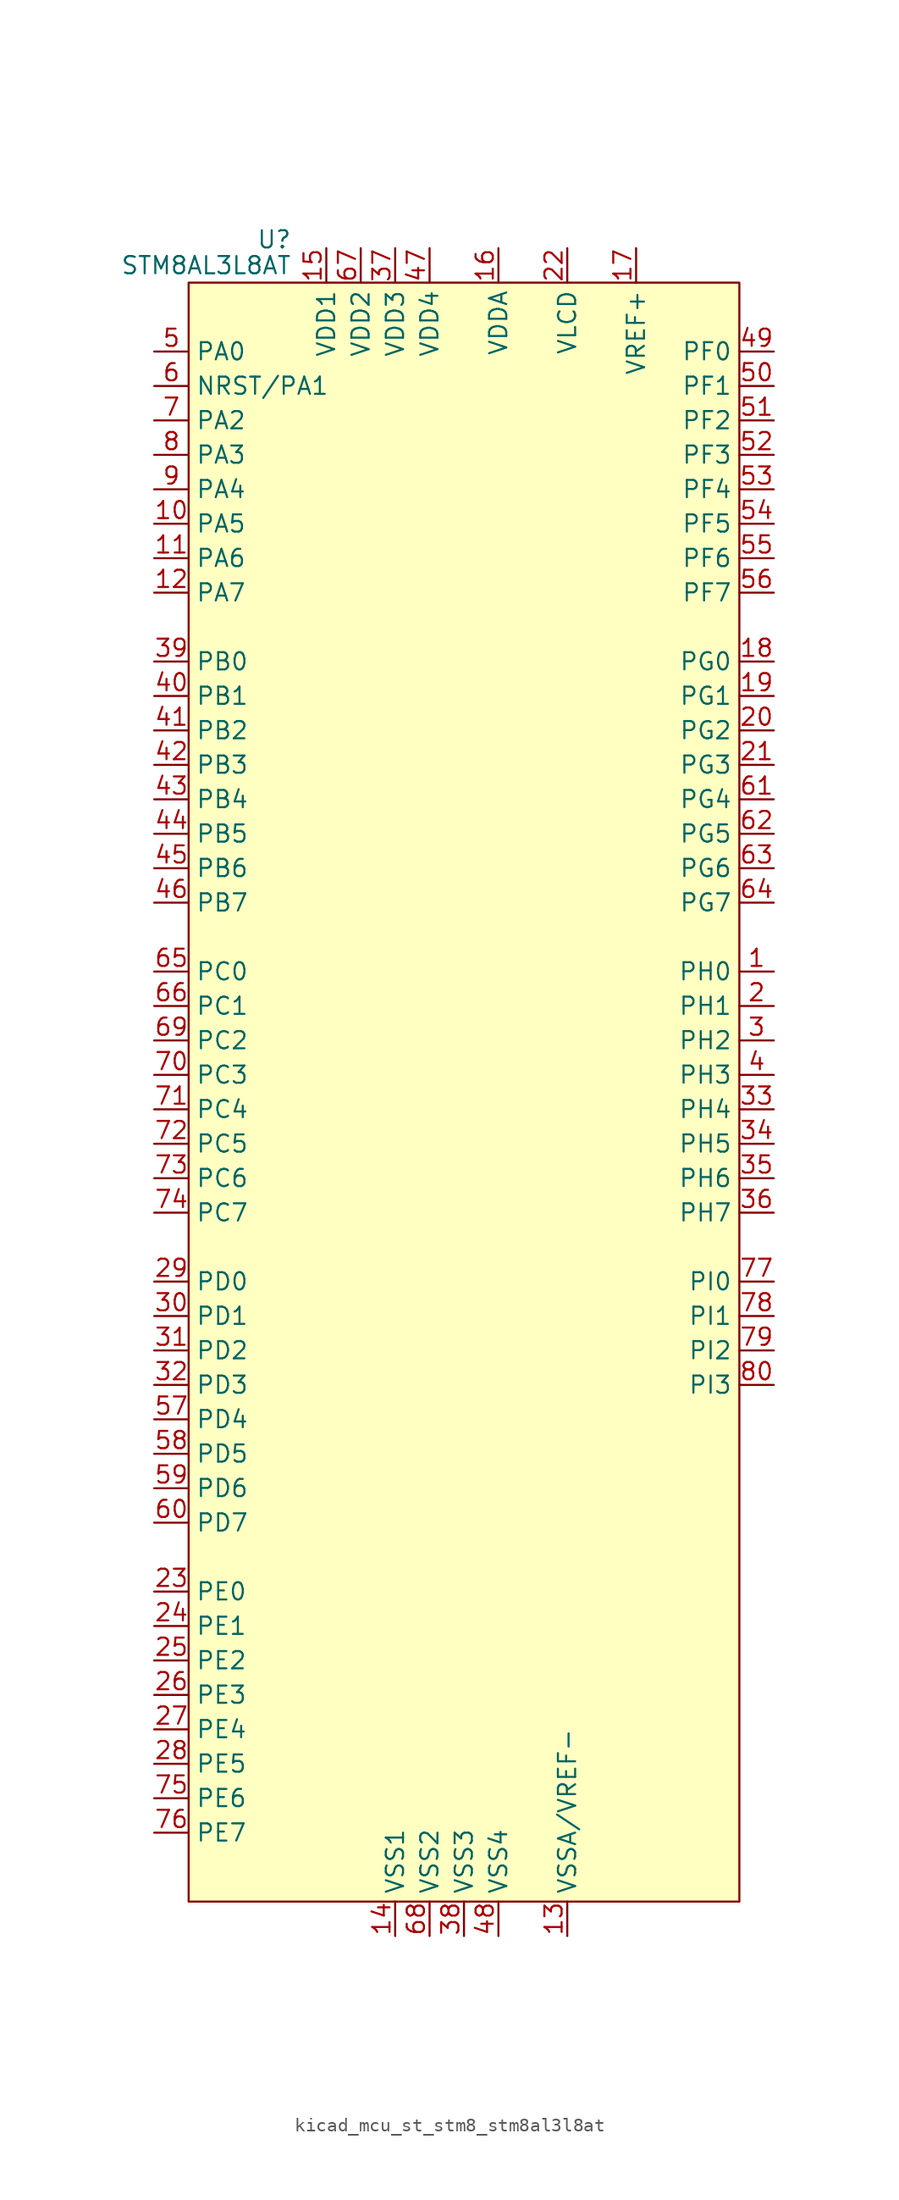
<source format=kicad_sym>
(kicad_symbol_lib
  (version 20220914)
  (generator kicad_symbol_editor)
  (symbol "kicad_mcu_st_stm8_stm8al3l8at"
    (property "Reference" "U"
      (at -12.7 61.595 0)
      (effects (font (size 1.27 1.27)) (justify right)))
    (property "Value" "STM8AL3L8AT"
      (at -12.7 59.69 0)
      (effects (font (size 1.27 1.27)) (justify right)))
    (symbol "kicad_mcu_st_stm8_stm8al3l8at_0_0"
      (pin bidirectional line (at 22.86 7.62 180) (length 2.54) (name "PH0" (effects (font (size 1.27 1.27)))) (number "1" (effects (font (size 1.27 1.27)))))
      (pin bidirectional line (at -22.86 40.64 0) (length 2.54) (name "PA5" (effects (font (size 1.27 1.27)))) (number "10" (effects (font (size 1.27 1.27)))))
      (pin bidirectional line (at -22.86 38.1 0) (length 2.54) (name "PA6" (effects (font (size 1.27 1.27)))) (number "11" (effects (font (size 1.27 1.27)))))
      (pin bidirectional line (at -22.86 35.56 0) (length 2.54) (name "PA7" (effects (font (size 1.27 1.27)))) (number "12" (effects (font (size 1.27 1.27)))))
      (pin power_in line (at 7.62 -63.5 90) (length 2.54) (name "VSSA/VREF-" (effects (font (size 1.27 1.27)))) (number "13" (effects (font (size 1.27 1.27)))))
      (pin power_in line (at -5.08 -63.5 90) (length 2.54) (name "VSS1" (effects (font (size 1.27 1.27)))) (number "14" (effects (font (size 1.27 1.27)))))
      (pin power_in line (at -10.16 60.96 270) (length 2.54) (name "VDD1" (effects (font (size 1.27 1.27)))) (number "15" (effects (font (size 1.27 1.27)))))
      (pin power_in line (at 2.54 60.96 270) (length 2.54) (name "VDDA" (effects (font (size 1.27 1.27)))) (number "16" (effects (font (size 1.27 1.27)))))
      (pin power_in line (at 12.7 60.96 270) (length 2.54) (name "VREF+" (effects (font (size 1.27 1.27)))) (number "17" (effects (font (size 1.27 1.27)))))
      (pin bidirectional line (at 22.86 30.48 180) (length 2.54) (name "PG0" (effects (font (size 1.27 1.27)))) (number "18" (effects (font (size 1.27 1.27)))))
      (pin bidirectional line (at 22.86 27.94 180) (length 2.54) (name "PG1" (effects (font (size 1.27 1.27)))) (number "19" (effects (font (size 1.27 1.27)))))
      (pin bidirectional line (at 22.86 5.08 180) (length 2.54) (name "PH1" (effects (font (size 1.27 1.27)))) (number "2" (effects (font (size 1.27 1.27)))))
      (pin bidirectional line (at 22.86 25.4 180) (length 2.54) (name "PG2" (effects (font (size 1.27 1.27)))) (number "20" (effects (font (size 1.27 1.27)))))
      (pin bidirectional line (at 22.86 22.86 180) (length 2.54) (name "PG3" (effects (font (size 1.27 1.27)))) (number "21" (effects (font (size 1.27 1.27)))))
      (pin power_in line (at 7.62 60.96 270) (length 2.54) (name "VLCD" (effects (font (size 1.27 1.27)))) (number "22" (effects (font (size 1.27 1.27)))))
      (pin bidirectional line (at -22.86 -38.1 0) (length 2.54) (name "PE0" (effects (font (size 1.27 1.27)))) (number "23" (effects (font (size 1.27 1.27)))))
      (pin bidirectional line (at -22.86 -40.64 0) (length 2.54) (name "PE1" (effects (font (size 1.27 1.27)))) (number "24" (effects (font (size 1.27 1.27)))))
      (pin bidirectional line (at -22.86 -43.18 0) (length 2.54) (name "PE2" (effects (font (size 1.27 1.27)))) (number "25" (effects (font (size 1.27 1.27)))))
      (pin bidirectional line (at -22.86 -45.72 0) (length 2.54) (name "PE3" (effects (font (size 1.27 1.27)))) (number "26" (effects (font (size 1.27 1.27)))))
      (pin bidirectional line (at -22.86 -48.26 0) (length 2.54) (name "PE4" (effects (font (size 1.27 1.27)))) (number "27" (effects (font (size 1.27 1.27)))))
      (pin bidirectional line (at -22.86 -50.8 0) (length 2.54) (name "PE5" (effects (font (size 1.27 1.27)))) (number "28" (effects (font (size 1.27 1.27)))))
      (pin bidirectional line (at -22.86 -15.24 0) (length 2.54) (name "PD0" (effects (font (size 1.27 1.27)))) (number "29" (effects (font (size 1.27 1.27)))))
      (pin bidirectional line (at 22.86 2.54 180) (length 2.54) (name "PH2" (effects (font (size 1.27 1.27)))) (number "3" (effects (font (size 1.27 1.27)))))
      (pin bidirectional line (at -22.86 -17.78 0) (length 2.54) (name "PD1" (effects (font (size 1.27 1.27)))) (number "30" (effects (font (size 1.27 1.27)))))
      (pin bidirectional line (at -22.86 -20.32 0) (length 2.54) (name "PD2" (effects (font (size 1.27 1.27)))) (number "31" (effects (font (size 1.27 1.27)))))
      (pin bidirectional line (at -22.86 -22.86 0) (length 2.54) (name "PD3" (effects (font (size 1.27 1.27)))) (number "32" (effects (font (size 1.27 1.27)))))
      (pin bidirectional line (at 22.86 -2.54 180) (length 2.54) (name "PH4" (effects (font (size 1.27 1.27)))) (number "33" (effects (font (size 1.27 1.27)))))
      (pin bidirectional line (at 22.86 -5.08 180) (length 2.54) (name "PH5" (effects (font (size 1.27 1.27)))) (number "34" (effects (font (size 1.27 1.27)))))
      (pin bidirectional line (at 22.86 -7.62 180) (length 2.54) (name "PH6" (effects (font (size 1.27 1.27)))) (number "35" (effects (font (size 1.27 1.27)))))
      (pin bidirectional line (at 22.86 -10.16 180) (length 2.54) (name "PH7" (effects (font (size 1.27 1.27)))) (number "36" (effects (font (size 1.27 1.27)))))
      (pin power_in line (at -5.08 60.96 270) (length 2.54) (name "VDD3" (effects (font (size 1.27 1.27)))) (number "37" (effects (font (size 1.27 1.27)))))
      (pin power_in line (at 0 -63.5 90) (length 2.54) (name "VSS3" (effects (font (size 1.27 1.27)))) (number "38" (effects (font (size 1.27 1.27)))))
      (pin bidirectional line (at -22.86 30.48 0) (length 2.54) (name "PB0" (effects (font (size 1.27 1.27)))) (number "39" (effects (font (size 1.27 1.27)))))
      (pin bidirectional line (at 22.86 0 180) (length 2.54) (name "PH3" (effects (font (size 1.27 1.27)))) (number "4" (effects (font (size 1.27 1.27)))))
      (pin bidirectional line (at -22.86 27.94 0) (length 2.54) (name "PB1" (effects (font (size 1.27 1.27)))) (number "40" (effects (font (size 1.27 1.27)))))
      (pin bidirectional line (at -22.86 25.4 0) (length 2.54) (name "PB2" (effects (font (size 1.27 1.27)))) (number "41" (effects (font (size 1.27 1.27)))))
      (pin bidirectional line (at -22.86 22.86 0) (length 2.54) (name "PB3" (effects (font (size 1.27 1.27)))) (number "42" (effects (font (size 1.27 1.27)))))
      (pin bidirectional line (at -22.86 20.32 0) (length 2.54) (name "PB4" (effects (font (size 1.27 1.27)))) (number "43" (effects (font (size 1.27 1.27)))))
      (pin bidirectional line (at -22.86 17.78 0) (length 2.54) (name "PB5" (effects (font (size 1.27 1.27)))) (number "44" (effects (font (size 1.27 1.27)))))
      (pin bidirectional line (at -22.86 15.24 0) (length 2.54) (name "PB6" (effects (font (size 1.27 1.27)))) (number "45" (effects (font (size 1.27 1.27)))))
      (pin bidirectional line (at -22.86 12.7 0) (length 2.54) (name "PB7" (effects (font (size 1.27 1.27)))) (number "46" (effects (font (size 1.27 1.27)))))
      (pin power_in line (at -2.54 60.96 270) (length 2.54) (name "VDD4" (effects (font (size 1.27 1.27)))) (number "47" (effects (font (size 1.27 1.27)))))
      (pin power_in line (at 2.54 -63.5 90) (length 2.54) (name "VSS4" (effects (font (size 1.27 1.27)))) (number "48" (effects (font (size 1.27 1.27)))))
      (pin bidirectional line (at 22.86 53.34 180) (length 2.54) (name "PF0" (effects (font (size 1.27 1.27)))) (number "49" (effects (font (size 1.27 1.27)))))
      (pin bidirectional line (at -22.86 53.34 0) (length 2.54) (name "PA0" (effects (font (size 1.27 1.27)))) (number "5" (effects (font (size 1.27 1.27)))))
      (pin bidirectional line (at 22.86 50.8 180) (length 2.54) (name "PF1" (effects (font (size 1.27 1.27)))) (number "50" (effects (font (size 1.27 1.27)))))
      (pin bidirectional line (at 22.86 48.26 180) (length 2.54) (name "PF2" (effects (font (size 1.27 1.27)))) (number "51" (effects (font (size 1.27 1.27)))))
      (pin bidirectional line (at 22.86 45.72 180) (length 2.54) (name "PF3" (effects (font (size 1.27 1.27)))) (number "52" (effects (font (size 1.27 1.27)))))
      (pin bidirectional line (at 22.86 43.18 180) (length 2.54) (name "PF4" (effects (font (size 1.27 1.27)))) (number "53" (effects (font (size 1.27 1.27)))))
      (pin bidirectional line (at 22.86 40.64 180) (length 2.54) (name "PF5" (effects (font (size 1.27 1.27)))) (number "54" (effects (font (size 1.27 1.27)))))
      (pin bidirectional line (at 22.86 38.1 180) (length 2.54) (name "PF6" (effects (font (size 1.27 1.27)))) (number "55" (effects (font (size 1.27 1.27)))))
      (pin bidirectional line (at 22.86 35.56 180) (length 2.54) (name "PF7" (effects (font (size 1.27 1.27)))) (number "56" (effects (font (size 1.27 1.27)))))
      (pin bidirectional line (at -22.86 -25.4 0) (length 2.54) (name "PD4" (effects (font (size 1.27 1.27)))) (number "57" (effects (font (size 1.27 1.27)))))
      (pin bidirectional line (at -22.86 -27.94 0) (length 2.54) (name "PD5" (effects (font (size 1.27 1.27)))) (number "58" (effects (font (size 1.27 1.27)))))
      (pin bidirectional line (at -22.86 -30.48 0) (length 2.54) (name "PD6" (effects (font (size 1.27 1.27)))) (number "59" (effects (font (size 1.27 1.27)))))
      (pin bidirectional line (at -22.86 50.8 0) (length 2.54) (name "NRST/PA1" (effects (font (size 1.27 1.27)))) (number "6" (effects (font (size 1.27 1.27)))))
      (pin bidirectional line (at -22.86 -33.02 0) (length 2.54) (name "PD7" (effects (font (size 1.27 1.27)))) (number "60" (effects (font (size 1.27 1.27)))))
      (pin bidirectional line (at 22.86 20.32 180) (length 2.54) (name "PG4" (effects (font (size 1.27 1.27)))) (number "61" (effects (font (size 1.27 1.27)))))
      (pin bidirectional line (at 22.86 17.78 180) (length 2.54) (name "PG5" (effects (font (size 1.27 1.27)))) (number "62" (effects (font (size 1.27 1.27)))))
      (pin bidirectional line (at 22.86 15.24 180) (length 2.54) (name "PG6" (effects (font (size 1.27 1.27)))) (number "63" (effects (font (size 1.27 1.27)))))
      (pin bidirectional line (at 22.86 12.7 180) (length 2.54) (name "PG7" (effects (font (size 1.27 1.27)))) (number "64" (effects (font (size 1.27 1.27)))))
      (pin bidirectional line (at -22.86 7.62 0) (length 2.54) (name "PC0" (effects (font (size 1.27 1.27)))) (number "65" (effects (font (size 1.27 1.27)))))
      (pin bidirectional line (at -22.86 5.08 0) (length 2.54) (name "PC1" (effects (font (size 1.27 1.27)))) (number "66" (effects (font (size 1.27 1.27)))))
      (pin power_in line (at -7.62 60.96 270) (length 2.54) (name "VDD2" (effects (font (size 1.27 1.27)))) (number "67" (effects (font (size 1.27 1.27)))))
      (pin power_in line (at -2.54 -63.5 90) (length 2.54) (name "VSS2" (effects (font (size 1.27 1.27)))) (number "68" (effects (font (size 1.27 1.27)))))
      (pin bidirectional line (at -22.86 2.54 0) (length 2.54) (name "PC2" (effects (font (size 1.27 1.27)))) (number "69" (effects (font (size 1.27 1.27)))))
      (pin bidirectional line (at -22.86 48.26 0) (length 2.54) (name "PA2" (effects (font (size 1.27 1.27)))) (number "7" (effects (font (size 1.27 1.27)))))
      (pin bidirectional line (at -22.86 0 0) (length 2.54) (name "PC3" (effects (font (size 1.27 1.27)))) (number "70" (effects (font (size 1.27 1.27)))))
      (pin bidirectional line (at -22.86 -2.54 0) (length 2.54) (name "PC4" (effects (font (size 1.27 1.27)))) (number "71" (effects (font (size 1.27 1.27)))))
      (pin bidirectional line (at -22.86 -5.08 0) (length 2.54) (name "PC5" (effects (font (size 1.27 1.27)))) (number "72" (effects (font (size 1.27 1.27)))))
      (pin bidirectional line (at -22.86 -7.62 0) (length 2.54) (name "PC6" (effects (font (size 1.27 1.27)))) (number "73" (effects (font (size 1.27 1.27)))))
      (pin bidirectional line (at -22.86 -10.16 0) (length 2.54) (name "PC7" (effects (font (size 1.27 1.27)))) (number "74" (effects (font (size 1.27 1.27)))))
      (pin bidirectional line (at -22.86 -53.34 0) (length 2.54) (name "PE6" (effects (font (size 1.27 1.27)))) (number "75" (effects (font (size 1.27 1.27)))))
      (pin bidirectional line (at -22.86 -55.88 0) (length 2.54) (name "PE7" (effects (font (size 1.27 1.27)))) (number "76" (effects (font (size 1.27 1.27)))))
      (pin bidirectional line (at 22.86 -15.24 180) (length 2.54) (name "PI0" (effects (font (size 1.27 1.27)))) (number "77" (effects (font (size 1.27 1.27)))))
      (pin bidirectional line (at 22.86 -17.78 180) (length 2.54) (name "PI1" (effects (font (size 1.27 1.27)))) (number "78" (effects (font (size 1.27 1.27)))))
      (pin bidirectional line (at 22.86 -20.32 180) (length 2.54) (name "PI2" (effects (font (size 1.27 1.27)))) (number "79" (effects (font (size 1.27 1.27)))))
      (pin bidirectional line (at -22.86 45.72 0) (length 2.54) (name "PA3" (effects (font (size 1.27 1.27)))) (number "8" (effects (font (size 1.27 1.27)))))
      (pin bidirectional line (at 22.86 -22.86 180) (length 2.54) (name "PI3" (effects (font (size 1.27 1.27)))) (number "80" (effects (font (size 1.27 1.27)))))
      (pin bidirectional line (at -22.86 43.18 0) (length 2.54) (name "PA4" (effects (font (size 1.27 1.27)))) (number "9" (effects (font (size 1.27 1.27))))))
    (symbol "kicad_mcu_st_stm8_stm8al3l8at_0_1"
      (rectangle (start -20.32 58.42) (end 20.32 -60.96) (stroke (width 0) (type default)) (fill (type background))))))
</source>
